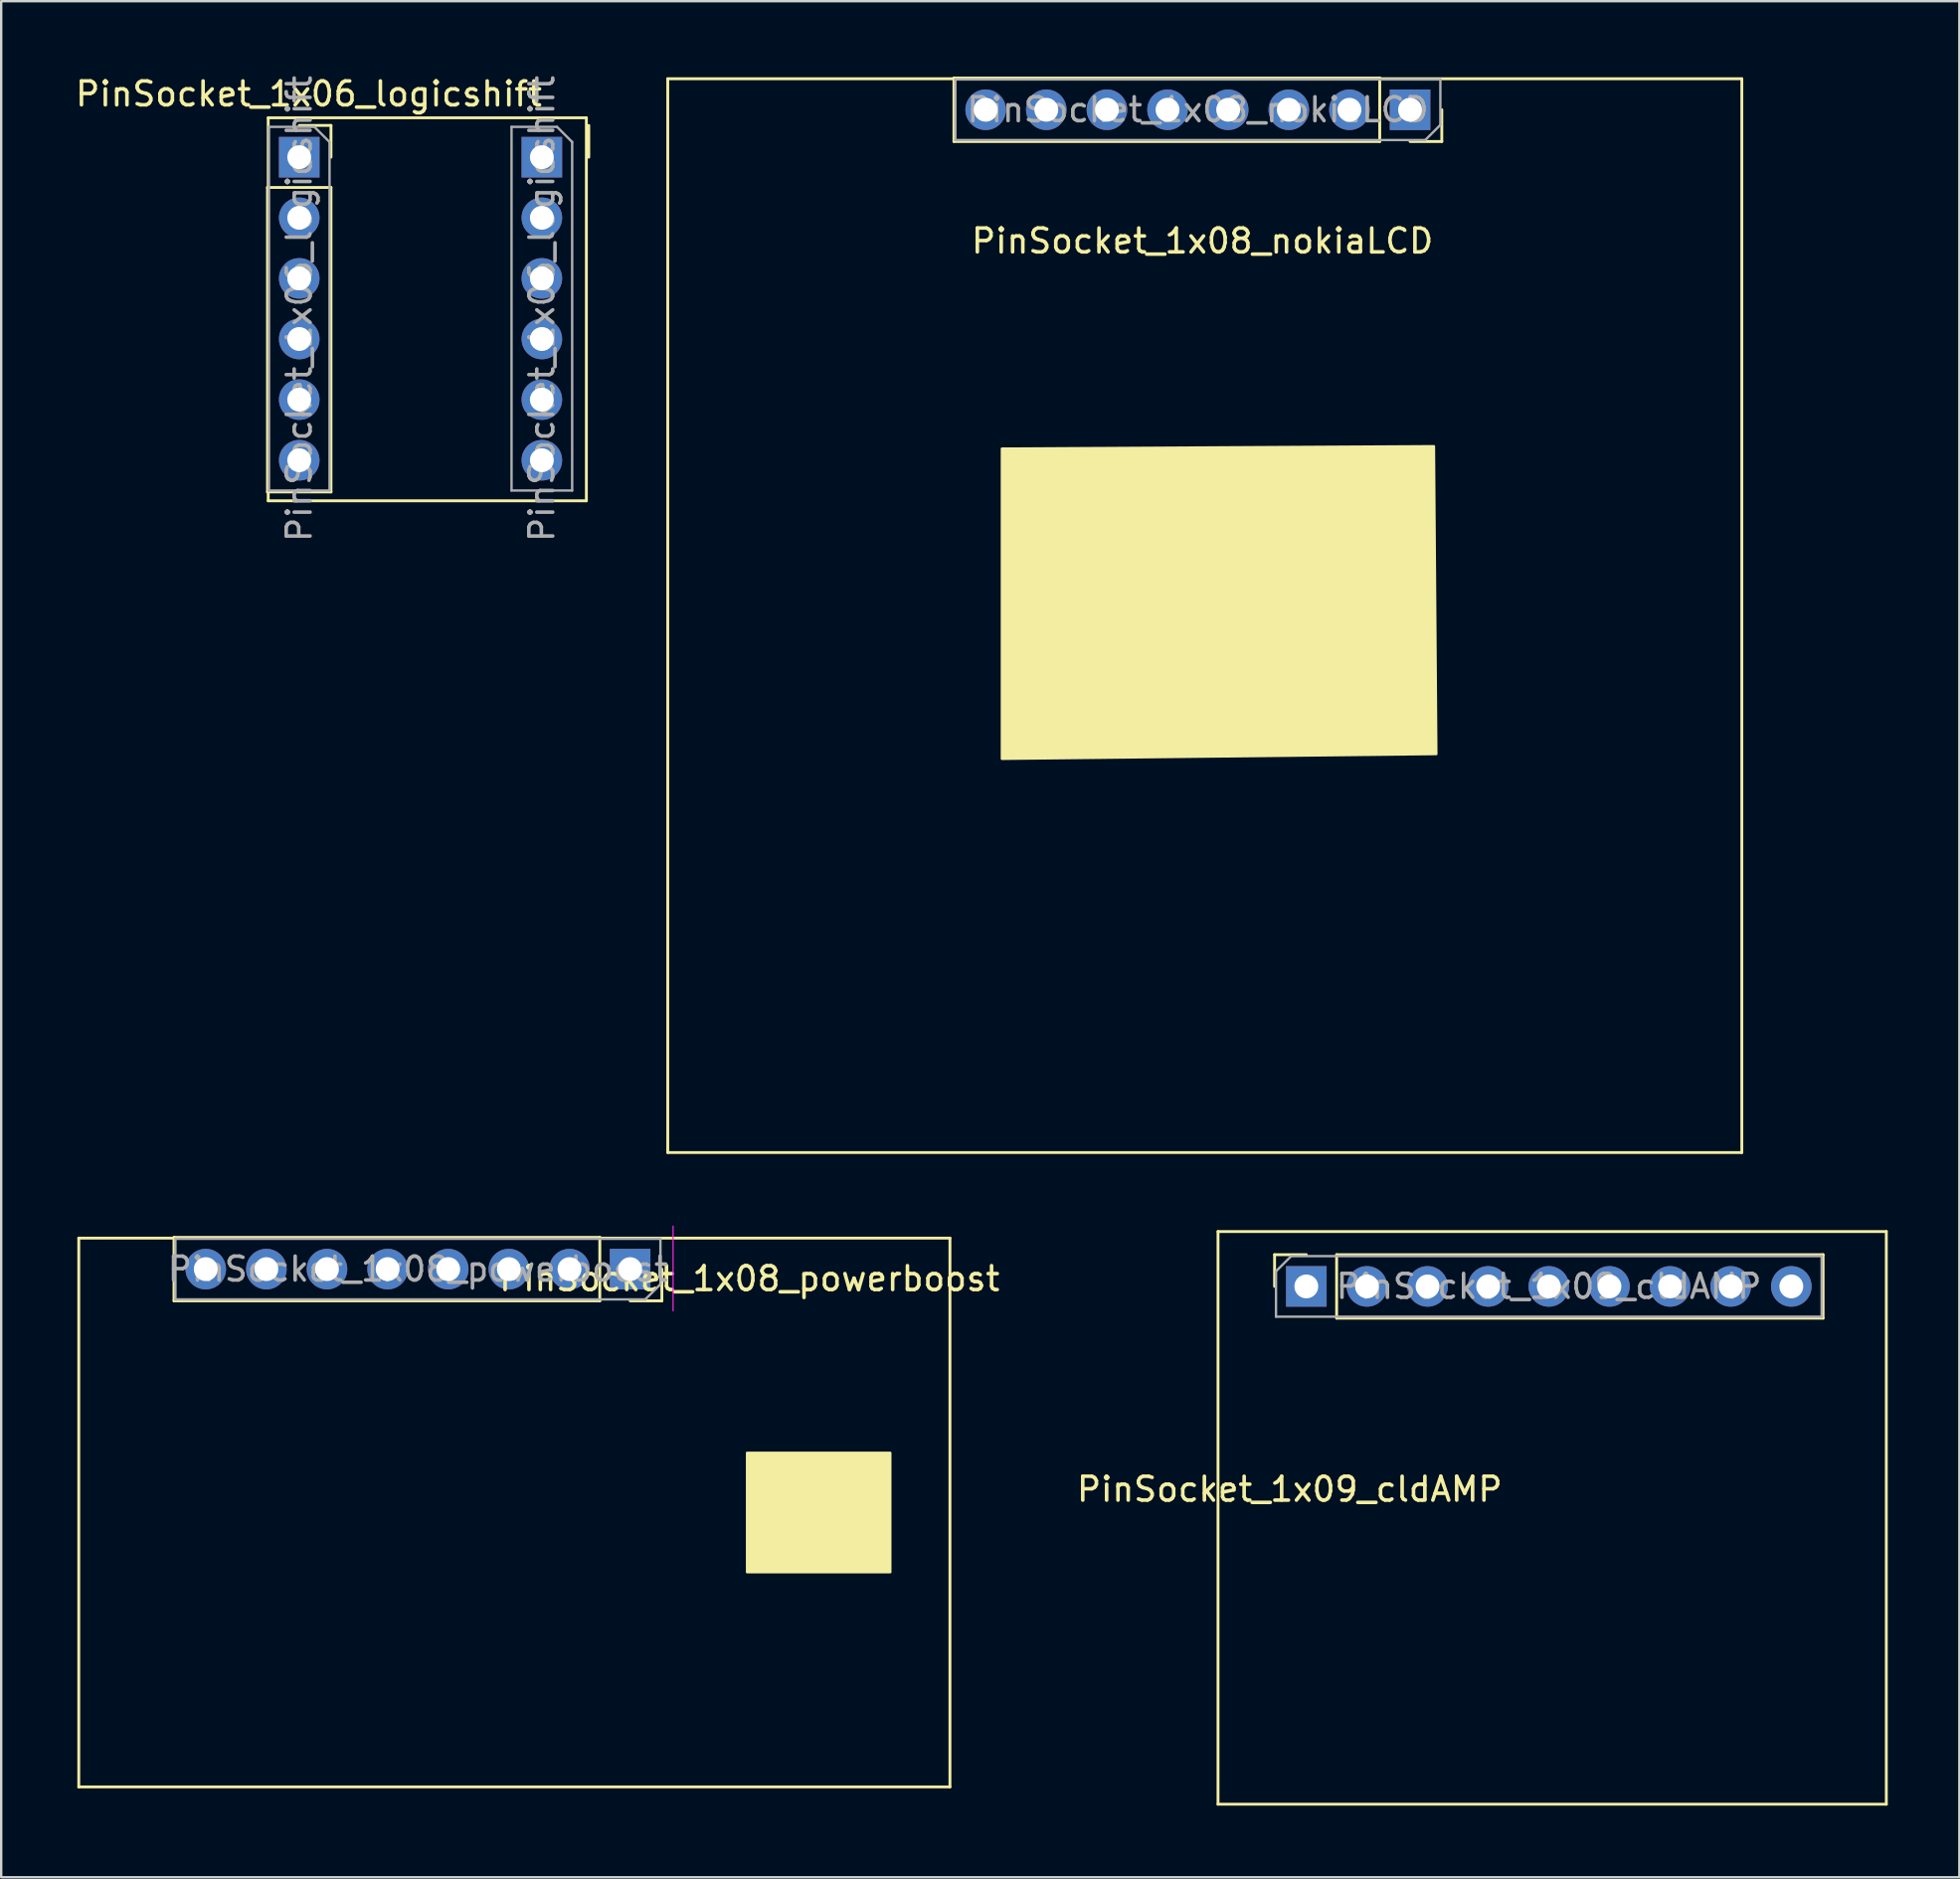
<source format=kicad_pcb>
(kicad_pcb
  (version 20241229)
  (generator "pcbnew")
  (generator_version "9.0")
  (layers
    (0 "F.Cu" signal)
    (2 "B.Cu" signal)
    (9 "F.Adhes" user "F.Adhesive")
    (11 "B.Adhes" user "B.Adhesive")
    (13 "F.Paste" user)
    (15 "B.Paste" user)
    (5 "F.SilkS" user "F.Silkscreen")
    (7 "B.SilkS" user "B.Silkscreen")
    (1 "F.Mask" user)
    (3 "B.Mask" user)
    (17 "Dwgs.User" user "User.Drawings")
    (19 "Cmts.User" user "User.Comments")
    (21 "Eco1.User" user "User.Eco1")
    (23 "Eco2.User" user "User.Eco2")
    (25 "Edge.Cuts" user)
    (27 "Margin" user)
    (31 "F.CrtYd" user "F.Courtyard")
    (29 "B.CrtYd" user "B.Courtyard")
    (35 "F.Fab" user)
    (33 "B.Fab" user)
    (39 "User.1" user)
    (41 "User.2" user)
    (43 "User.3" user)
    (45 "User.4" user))
  (footprint "PinSocket_1x06_logicshift"
    (layer "F.Cu")
    (at 8.187 1.887)
    (property "Reference" "PinSocket_1x06_logicshift" (at 1.7 -1 0) (layer "F.SilkS") (effects (font (size 1 1) (thickness 0.15))))
    (attr through_hole)
    (fp_line (start -0.03 2.92) (end -0.03 15.68) (stroke (width 0.12) (type solid)) (layer "F.SilkS"))
    (fp_line (start -0.03 2.92) (end 2.63 2.92) (stroke (width 0.12) (type solid)) (layer "F.SilkS"))
    (fp_line (start -0.03 15.68) (end 2.63 15.68) (stroke (width 0.12) (type solid)) (layer "F.SilkS"))
    (fp_line (start 0 0) (end 0 16.05) (stroke (width 0.12) (type solid)) (layer "F.SilkS"))
    (fp_line (start 0 16.05) (end 13.33 16.05) (stroke (width 0.12) (type solid)) (layer "F.SilkS"))
    (fp_line (start 1.3 0.32) (end 2.63 0.32) (stroke (width 0.12) (type solid)) (layer "F.SilkS"))
    (fp_line (start 2.63 0.32) (end 2.63 1.65) (stroke (width 0.12) (type solid)) (layer "F.SilkS"))
    (fp_line (start 2.63 2.92) (end 2.63 15.68) (stroke (width 0.12) (type solid)) (layer "F.SilkS"))
    (fp_line (start 13.33 0) (end 0 0) (stroke (width 0.12) (type solid)) (layer "F.SilkS"))
    (fp_line (start 13.33 16.05) (end 13.33 0) (stroke (width 0.12) (type solid)) (layer "F.SilkS"))
    (fp_line (start 13.43 0.32) (end 13.43 1.65) (stroke (width 0.12) (type solid)) (layer "F.SilkS"))
    (fp_line (start 0.03 0.38) (end 1.935 0.38) (stroke (width 0.1) (type solid)) (layer "F.Fab"))
    (fp_line (start 0.03 15.62) (end 0.03 0.38) (stroke (width 0.1) (type solid)) (layer "F.Fab"))
    (fp_line (start 1.935 0.38) (end 2.57 1.015) (stroke (width 0.1) (type solid)) (layer "F.Fab"))
    (fp_line (start 2.57 1.015) (end 2.57 15.62) (stroke (width 0.1) (type solid)) (layer "F.Fab"))
    (fp_line (start 2.57 15.62) (end 0.03 15.62) (stroke (width 0.1) (type solid)) (layer "F.Fab"))
    (fp_line (start 10.195 0.38) (end 12.1 0.38) (stroke (width 0.1) (type solid)) (layer "F.Fab"))
    (fp_line (start 10.195 15.62) (end 10.195 0.38) (stroke (width 0.1) (type solid)) (layer "F.Fab"))
    (fp_line (start 12.1 0.38) (end 12.735 1.015) (stroke (width 0.1) (type solid)) (layer "F.Fab"))
    (fp_line (start 12.735 1.015) (end 12.735 15.62) (stroke (width 0.1) (type solid)) (layer "F.Fab"))
    (fp_line (start 12.735 15.62) (end 10.195 15.62) (stroke (width 0.1) (type solid)) (layer "F.Fab"))
    (fp_text user "${REFERENCE}" (at 1.3 8 90) (layer "F.Fab") (effects (font (size 1 1) (thickness 0.15))))
    (fp_text user "${REFERENCE}" (at 11.465 8 90) (layer "F.Fab") (effects (font (size 1 1) (thickness 0.15))))
    (pad "1" thru_hole rect (at 1.3 1.65) (size 1.7 1.7) (drill 1) (layers "*.Cu" "*.Mask"))
    (pad "2" thru_hole oval (at 1.3 4.19) (size 1.7 1.7) (drill 1) (layers "*.Cu" "*.Mask"))
    (pad "3" thru_hole oval (at 1.3 6.73) (size 1.7 1.7) (drill 1) (layers "*.Cu" "*.Mask"))
    (pad "4" thru_hole oval (at 1.3 9.27) (size 1.7 1.7) (drill 1) (layers "*.Cu" "*.Mask"))
    (pad "5" thru_hole oval (at 1.3 11.81) (size 1.7 1.7) (drill 1) (layers "*.Cu" "*.Mask"))
    (pad "6" thru_hole oval (at 1.3 14.35) (size 1.7 1.7) (drill 1) (layers "*.Cu" "*.Mask"))
    (pad "7" thru_hole oval (at 11.465 14.35) (size 1.7 1.7) (drill 1) (layers "*.Cu" "*.Mask"))
    (pad "8" thru_hole oval (at 11.465 11.81 90) (size 1.7 1.7) (drill 1) (layers "*.Cu" "*.Mask"))
    (pad "9" thru_hole oval (at 11.465 9.27) (size 1.7 1.7) (drill 1) (layers "*.Cu" "*.Mask"))
    (pad "10" thru_hole oval (at 11.465 6.73) (size 1.7 1.7) (drill 1) (layers "*.Cu" "*.Mask"))
    (pad "11" thru_hole oval (at 11.465 4.19) (size 1.7 1.7) (drill 1) (layers "*.Cu" "*.Mask"))
    (pad "12" thru_hole rect (at 11.465 1.65) (size 1.7 1.7) (drill 1) (layers "*.Cu" "*.Mask")))
  (footprint "PinSocket_1x08_nokiaLCD"
    (layer "F.Cu")
    (at 24.927 0.25)
    (property "Reference" "PinSocket_1x08_nokiaLCD" (at 22.4 6.8 0) (layer "F.SilkS") (effects (font (size 1 1) (thickness 0.15))))
    (attr through_hole)
    (fp_line (start 0 0) (end 0 45) (stroke (width 0.12) (type solid)) (layer "F.SilkS"))
    (fp_line (start 0 45) (end 45 45) (stroke (width 0.12) (type solid)) (layer "F.SilkS"))
    (fp_line (start 11.99 -0.03) (end 11.99 2.63) (stroke (width 0.12) (type solid)) (layer "F.SilkS"))
    (fp_line (start 29.83 -0.03) (end 11.99 -0.03) (stroke (width 0.12) (type solid)) (layer "F.SilkS"))
    (fp_line (start 29.83 -0.03) (end 29.83 2.63) (stroke (width 0.12) (type solid)) (layer "F.SilkS"))
    (fp_line (start 29.83 2.63) (end 11.99 2.63) (stroke (width 0.12) (type solid)) (layer "F.SilkS"))
    (fp_line (start 32.43 1.3) (end 32.43 2.63) (stroke (width 0.12) (type solid)) (layer "F.SilkS"))
    (fp_line (start 32.43 2.63) (end 31.1 2.63) (stroke (width 0.12) (type solid)) (layer "F.SilkS"))
    (fp_line (start 45 0) (end 0 0) (stroke (width 0.12) (type solid)) (layer "F.SilkS"))
    (fp_line (start 45 45) (end 45 0) (stroke (width 0.12) (type solid)) (layer "F.SilkS"))
    (fp_poly (pts (xy 32.2 28.3) (xy 14 28.5) (xy 14 15.5) (xy 32.1 15.4)) (stroke (width 0.1) (type solid)) (fill yes) (layer "F.SilkS"))
    (fp_line (start 12.05 0.03) (end 32.37 0.03) (stroke (width 0.1) (type solid)) (layer "F.Fab"))
    (fp_line (start 12.05 2.57) (end 12.05 0.03) (stroke (width 0.1) (type solid)) (layer "F.Fab"))
    (fp_line (start 31.735 2.57) (end 12.05 2.57) (stroke (width 0.1) (type solid)) (layer "F.Fab"))
    (fp_line (start 32.37 0.03) (end 32.37 1.935) (stroke (width 0.1) (type solid)) (layer "F.Fab"))
    (fp_line (start 32.37 1.935) (end 31.735 2.57) (stroke (width 0.1) (type solid)) (layer "F.Fab"))
    (fp_text user "${REFERENCE}" (at 22.21 1.3 0) (layer "F.Fab") (effects (font (size 1 1) (thickness 0.15))))
    (pad "1" thru_hole rect (at 31.1 1.3 270) (size 1.7 1.7) (drill 1) (layers "*.Cu" "*.Mask"))
    (pad "2" thru_hole oval (at 28.56 1.3 270) (size 1.7 1.7) (drill 1) (layers "*.Cu" "*.Mask"))
    (pad "3" thru_hole oval (at 26.02 1.3 270) (size 1.7 1.7) (drill 1) (layers "*.Cu" "*.Mask"))
    (pad "4" thru_hole oval (at 23.48 1.3 270) (size 1.7 1.7) (drill 1) (layers "*.Cu" "*.Mask"))
    (pad "5" thru_hole oval (at 20.94 1.3 270) (size 1.7 1.7) (drill 1) (layers "*.Cu" "*.Mask"))
    (pad "6" thru_hole oval (at 18.4 1.3 270) (size 1.7 1.7) (drill 1) (layers "*.Cu" "*.Mask"))
    (pad "7" thru_hole oval (at 15.86 1.3 270) (size 1.7 1.7) (drill 1) (layers "*.Cu" "*.Mask"))
    (pad "8" thru_hole oval (at 13.32 1.3 270) (size 1.7 1.7) (drill 1) (layers "*.Cu" "*.Mask")))
  (footprint "PinSocket_1x09_cldAMP"
    (layer "F.Cu")
    (at 47.981 48.56)
    (property "Reference" "PinSocket_1x09_cldAMP" (at 3 10.8 0) (layer "F.SilkS") (effects (font (size 1 1) (thickness 0.15))))
    (attr through_hole)
    (fp_line (start 0 0) (end 0 24) (stroke (width 0.12) (type solid)) (layer "F.SilkS"))
    (fp_line (start 0 24) (end 28 24) (stroke (width 0.12) (type solid)) (layer "F.SilkS"))
    (fp_line (start 2.37 0.97) (end 3.7 0.97) (stroke (width 0.12) (type solid)) (layer "F.SilkS"))
    (fp_line (start 2.37 2.3) (end 2.37 0.97) (stroke (width 0.12) (type solid)) (layer "F.SilkS"))
    (fp_line (start 4.97 0.97) (end 25.35 0.97) (stroke (width 0.12) (type solid)) (layer "F.SilkS"))
    (fp_line (start 4.97 3.63) (end 4.97 0.97) (stroke (width 0.12) (type solid)) (layer "F.SilkS"))
    (fp_line (start 4.97 3.63) (end 25.35 3.63) (stroke (width 0.12) (type solid)) (layer "F.SilkS"))
    (fp_line (start 25.35 3.63) (end 25.35 0.97) (stroke (width 0.12) (type solid)) (layer "F.SilkS"))
    (fp_line (start 28 0) (end 0 0) (stroke (width 0.12) (type solid)) (layer "F.SilkS"))
    (fp_line (start 28 24) (end 28 0) (stroke (width 0.12) (type solid)) (layer "F.SilkS"))
    (fp_line (start 2.43 1.665) (end 3.065 1.03) (stroke (width 0.1) (type solid)) (layer "F.Fab"))
    (fp_line (start 2.43 3.57) (end 2.43 1.665) (stroke (width 0.1) (type solid)) (layer "F.Fab"))
    (fp_line (start 3.065 1.03) (end 25.29 1.03) (stroke (width 0.1) (type solid)) (layer "F.Fab"))
    (fp_line (start 25.29 1.03) (end 25.29 3.57) (stroke (width 0.1) (type solid)) (layer "F.Fab"))
    (fp_line (start 25.29 3.57) (end 2.43 3.57) (stroke (width 0.1) (type solid)) (layer "F.Fab"))
    (fp_text user "${REFERENCE}" (at 13.86 2.3 180) (layer "F.Fab") (effects (font (size 1 1) (thickness 0.15))))
    (pad "1" thru_hole rect (at 3.7 2.3 90) (size 1.7 1.7) (drill 1) (layers "*.Cu" "*.Mask"))
    (pad "2" thru_hole oval (at 6.24 2.3 90) (size 1.7 1.7) (drill 1) (layers "*.Cu" "*.Mask"))
    (pad "3" thru_hole oval (at 8.78 2.3 90) (size 1.7 1.7) (drill 1) (layers "*.Cu" "*.Mask"))
    (pad "4" thru_hole oval (at 11.32 2.3 90) (size 1.7 1.7) (drill 1) (layers "*.Cu" "*.Mask"))
    (pad "5" thru_hole oval (at 13.86 2.3 90) (size 1.7 1.7) (drill 1) (layers "*.Cu" "*.Mask"))
    (pad "6" thru_hole oval (at 16.4 2.3 90) (size 1.7 1.7) (drill 1) (layers "*.Cu" "*.Mask"))
    (pad "7" thru_hole oval (at 18.94 2.3 90) (size 1.7 1.7) (drill 1) (layers "*.Cu" "*.Mask"))
    (pad "8" thru_hole oval (at 21.48 2.3 90) (size 1.7 1.7) (drill 1) (layers "*.Cu" "*.Mask"))
    (pad "9" thru_hole oval (at 24.02 2.3 90) (size 1.7 1.7) (drill 1) (layers "*.Cu" "*.Mask")))
  (footprint "PinSocket_1x08_powerboost"
    (layer "F.Cu")
    (at 0.25 48.835)
    (property "Reference" "PinSocket_1x08_powerboost" (at 28.1 1.7 0) (layer "F.SilkS") (effects (font (size 1 1) (thickness 0.15))))
    (attr through_hole)
    (fp_line (start 0 0) (end 0 23) (stroke (width 0.12) (type solid)) (layer "F.SilkS"))
    (fp_line (start 0 23) (end 36.5 23) (stroke (width 0.12) (type solid)) (layer "F.SilkS"))
    (fp_line (start 3.99 -0.03) (end 3.99 2.63) (stroke (width 0.12) (type solid)) (layer "F.SilkS"))
    (fp_line (start 21.83 -0.03) (end 3.99 -0.03) (stroke (width 0.12) (type solid)) (layer "F.SilkS"))
    (fp_line (start 21.83 -0.03) (end 21.83 2.63) (stroke (width 0.12) (type solid)) (layer "F.SilkS"))
    (fp_line (start 21.83 2.63) (end 3.99 2.63) (stroke (width 0.12) (type solid)) (layer "F.SilkS"))
    (fp_line (start 24.43 1.3) (end 24.43 2.63) (stroke (width 0.12) (type solid)) (layer "F.SilkS"))
    (fp_line (start 24.43 2.63) (end 23.1 2.63) (stroke (width 0.12) (type solid)) (layer "F.SilkS"))
    (fp_line (start 36.5 0) (end 0 0) (stroke (width 0.12) (type solid)) (layer "F.SilkS"))
    (fp_line (start 36.5 23) (end 36.5 0) (stroke (width 0.12) (type solid)) (layer "F.SilkS"))
    (fp_poly (pts (xy 34 14) (xy 28 14) (xy 28 9) (xy 34 9)) (stroke (width 0.1) (type solid)) (fill yes) (layer "F.SilkS"))
    (fp_line (start 24.9 -0.5) (end 24.9 3.05) (stroke (width 0.05) (type solid)) (layer "F.CrtYd"))
    (fp_line (start 4.05 0.03) (end 24.37 0.03) (stroke (width 0.1) (type solid)) (layer "F.Fab"))
    (fp_line (start 4.05 2.57) (end 4.05 0.03) (stroke (width 0.1) (type solid)) (layer "F.Fab"))
    (fp_line (start 23.735 2.57) (end 4.05 2.57) (stroke (width 0.1) (type solid)) (layer "F.Fab"))
    (fp_line (start 24.37 0.03) (end 24.37 1.935) (stroke (width 0.1) (type solid)) (layer "F.Fab"))
    (fp_line (start 24.37 1.935) (end 23.735 2.57) (stroke (width 0.1) (type solid)) (layer "F.Fab"))
    (fp_text user "${REFERENCE}" (at 14.21 1.3 0) (layer "F.Fab") (effects (font (size 1 1) (thickness 0.15))))
    (pad "1" thru_hole rect (at 23.1 1.3 270) (size 1.7 1.7) (drill 1) (layers "*.Cu" "*.Mask"))
    (pad "2" thru_hole oval (at 20.56 1.3 270) (size 1.7 1.7) (drill 1) (layers "*.Cu" "*.Mask"))
    (pad "3" thru_hole oval (at 18.02 1.3 270) (size 1.7 1.7) (drill 1) (layers "*.Cu" "*.Mask"))
    (pad "4" thru_hole oval (at 15.48 1.3 270) (size 1.7 1.7) (drill 1) (layers "*.Cu" "*.Mask"))
    (pad "5" thru_hole oval (at 12.94 1.3 270) (size 1.7 1.7) (drill 1) (layers "*.Cu" "*.Mask"))
    (pad "6" thru_hole oval (at 10.4 1.3 270) (size 1.7 1.7) (drill 1) (layers "*.Cu" "*.Mask"))
    (pad "7" thru_hole oval (at 7.86 1.3 270) (size 1.7 1.7) (drill 1) (layers "*.Cu" "*.Mask"))
    (pad "8" thru_hole oval (at 5.32 1.3 270) (size 1.7 1.7) (drill 1) (layers "*.Cu" "*.Mask")))
  (gr_rect
    (start -3 -3)
    (end 79.041 75.62)
    (stroke (width 0.1) (type default))
    (fill no)
    (layer "Edge.Cuts")))
</source>
